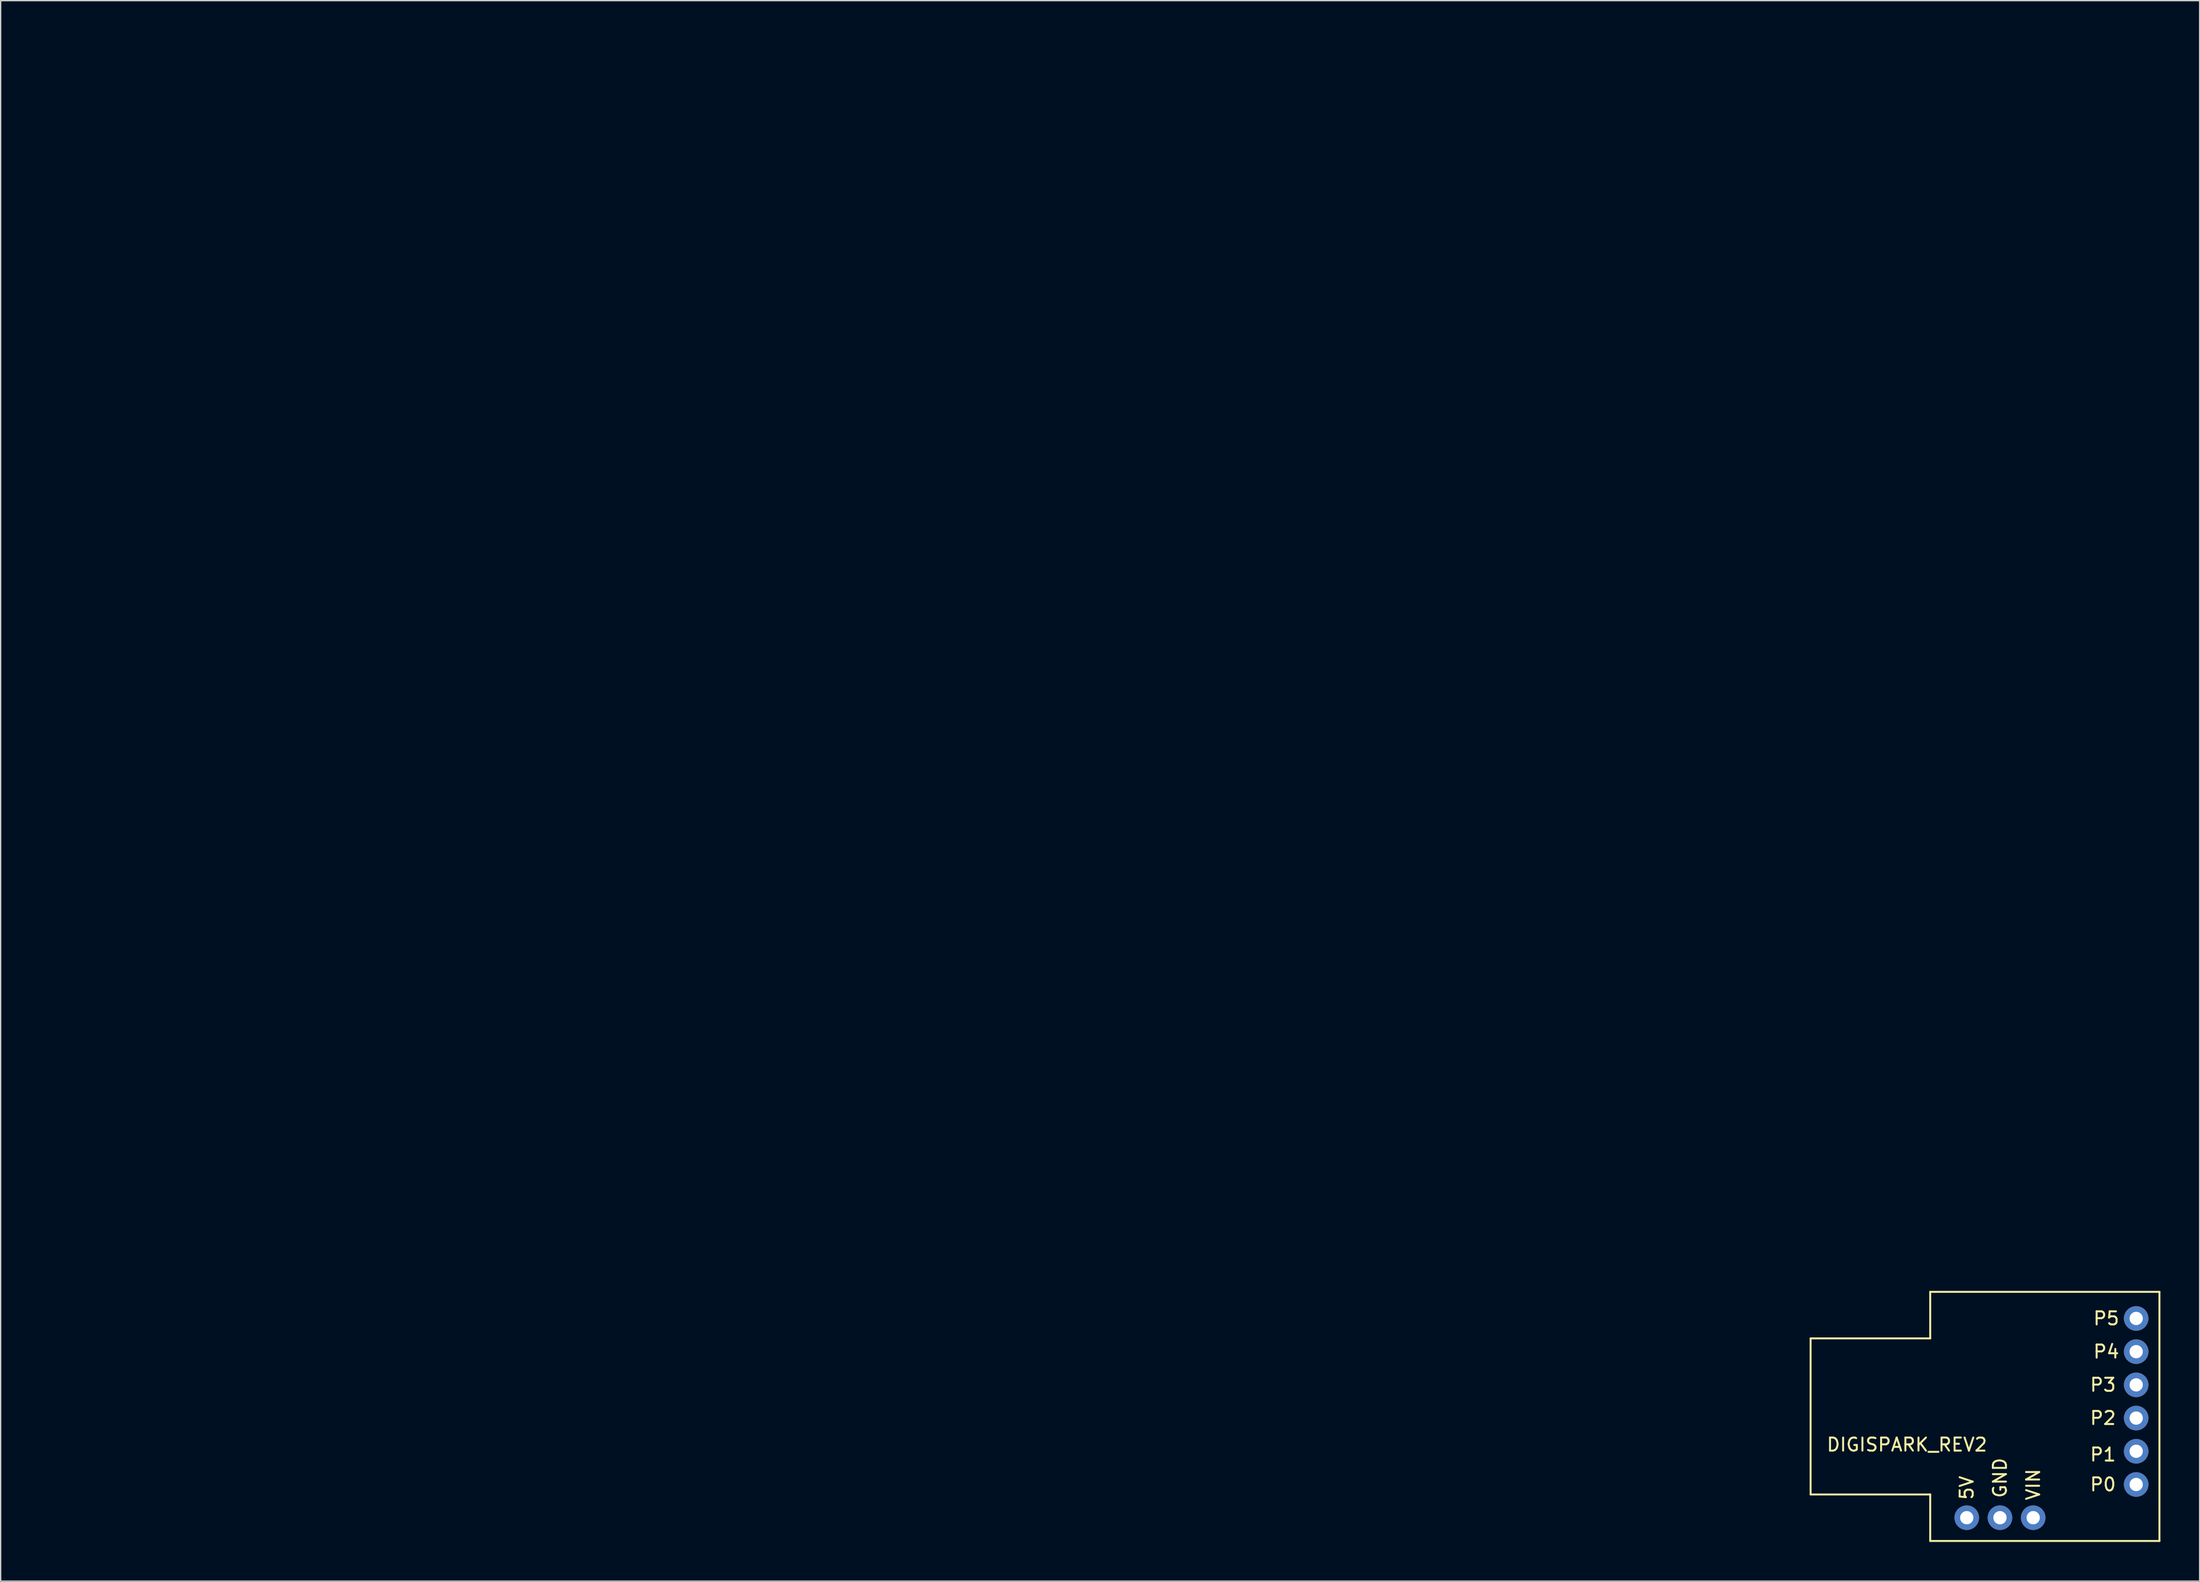
<source format=kicad_pcb>
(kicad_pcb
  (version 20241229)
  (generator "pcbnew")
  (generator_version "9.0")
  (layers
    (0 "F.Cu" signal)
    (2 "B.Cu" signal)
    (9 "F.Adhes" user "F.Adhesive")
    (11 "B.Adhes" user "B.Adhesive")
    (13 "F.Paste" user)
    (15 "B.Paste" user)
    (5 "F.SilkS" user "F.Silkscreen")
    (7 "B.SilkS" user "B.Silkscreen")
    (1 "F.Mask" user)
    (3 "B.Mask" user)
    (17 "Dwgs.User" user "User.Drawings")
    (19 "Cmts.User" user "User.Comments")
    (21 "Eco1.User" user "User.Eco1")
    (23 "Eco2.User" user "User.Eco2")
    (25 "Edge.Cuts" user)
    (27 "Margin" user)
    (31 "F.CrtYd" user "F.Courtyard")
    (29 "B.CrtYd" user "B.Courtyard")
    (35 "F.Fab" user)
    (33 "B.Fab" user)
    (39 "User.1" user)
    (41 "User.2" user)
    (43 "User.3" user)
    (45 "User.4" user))
  (footprint "DIGISPARK_REV2"
    (layer "F.Cu")
    (at 0.25 0.25)
    (property "Reference" "DIGISPARK_REV2" (at 142.494 107.188 0) (layer "F.SilkS") (effects (font (size 1 1) (thickness 0.15))))
    (attr through_hole)
    (fp_line (start 135.128 99.06) (end 135.128 110.998) (stroke (width 0.15) (type solid)) (layer "F.SilkS"))
    (fp_line (start 135.128 99.06) (end 144.272 99.06) (stroke (width 0.15) (type solid)) (layer "F.SilkS"))
    (fp_line (start 135.128 110.998) (end 144.272 110.998) (stroke (width 0.15) (type solid)) (layer "F.SilkS"))
    (fp_line (start 144.272 95.504) (end 144.272 99.06) (stroke (width 0.15) (type solid)) (layer "F.SilkS"))
    (fp_line (start 144.272 95.504) (end 161.798 95.504) (stroke (width 0.15) (type solid)) (layer "F.SilkS"))
    (fp_line (start 144.272 110.998) (end 144.272 114.554) (stroke (width 0.15) (type solid)) (layer "F.SilkS"))
    (fp_line (start 144.272 114.554) (end 161.798 114.554) (stroke (width 0.15) (type solid)) (layer "F.SilkS"))
    (fp_line (start 161.798 95.504) (end 161.798 114.554) (stroke (width 0.15) (type solid)) (layer "F.SilkS"))
    (fp_text user "P1" (at 157.48 107.95 0) (layer "F.SilkS") (effects (font (size 1 1) (thickness 0.15))))
    (fp_text user "5V" (at 147.066 110.49 90) (layer "F.SilkS") (effects (font (size 1 1) (thickness 0.15))))
    (fp_text user "GND" (at 149.606 109.728 90) (layer "F.SilkS") (effects (font (size 1 1) (thickness 0.15))))
    (fp_text user "VIN" (at 152.146 110.236 90) (layer "F.SilkS") (effects (font (size 1 1) (thickness 0.15))))
    (fp_text user "P5" (at 157.734 97.536 0) (layer "F.SilkS") (effects (font (size 1 1) (thickness 0.15))))
    (fp_text user "P0" (at 157.48 110.236 0) (layer "F.SilkS") (effects (font (size 1 1) (thickness 0.15))))
    (fp_text user "P3" (at 157.48 102.616 0) (layer "F.SilkS") (effects (font (size 1 1) (thickness 0.15))))
    (fp_text user "P2" (at 157.48 105.156 0) (layer "F.SilkS") (effects (font (size 1 1) (thickness 0.15))))
    (fp_text user "P4" (at 157.734 100.076 0) (layer "F.SilkS") (effects (font (size 1 1) (thickness 0.15))))
    (pad "0" thru_hole circle (at 160.02 110.236) (size 1.88 1.88) (drill 1.016) (layers "*.Cu" "*.Mask"))
    (pad "1" thru_hole circle (at 160.02 107.696) (size 1.88 1.88) (drill 1.016) (layers "*.Cu" "*.Mask"))
    (pad "2" thru_hole circle (at 160.02 105.156) (size 1.88 1.88) (drill 1.016) (layers "*.Cu" "*.Mask"))
    (pad "3" thru_hole circle (at 160.02 102.616) (size 1.88 1.88) (drill 1.016) (layers "*.Cu" "*.Mask"))
    (pad "4" thru_hole circle (at 160.02 100.076) (size 1.88 1.88) (drill 1.016) (layers "*.Cu" "*.Mask"))
    (pad "5" thru_hole circle (at 160.02 97.536) (size 1.88 1.88) (drill 1.016) (layers "*.Cu" "*.Mask"))
    (pad "6" thru_hole circle (at 152.146 112.776) (size 1.88 1.88) (drill 1.016) (layers "*.Cu" "*.Mask"))
    (pad "7" thru_hole circle (at 147.066 112.776) (size 1.88 1.88) (drill 1.016) (layers "*.Cu" "*.Mask"))
    (pad "8" thru_hole circle (at 149.606 112.776) (size 1.88 1.88) (drill 1.016) (layers "*.Cu" "*.Mask")))
  (gr_rect
    (start -3 -3)
    (end 165.123 117.879)
    (stroke (width 0.1) (type default))
    (fill no)
    (layer "Edge.Cuts")))
</source>
